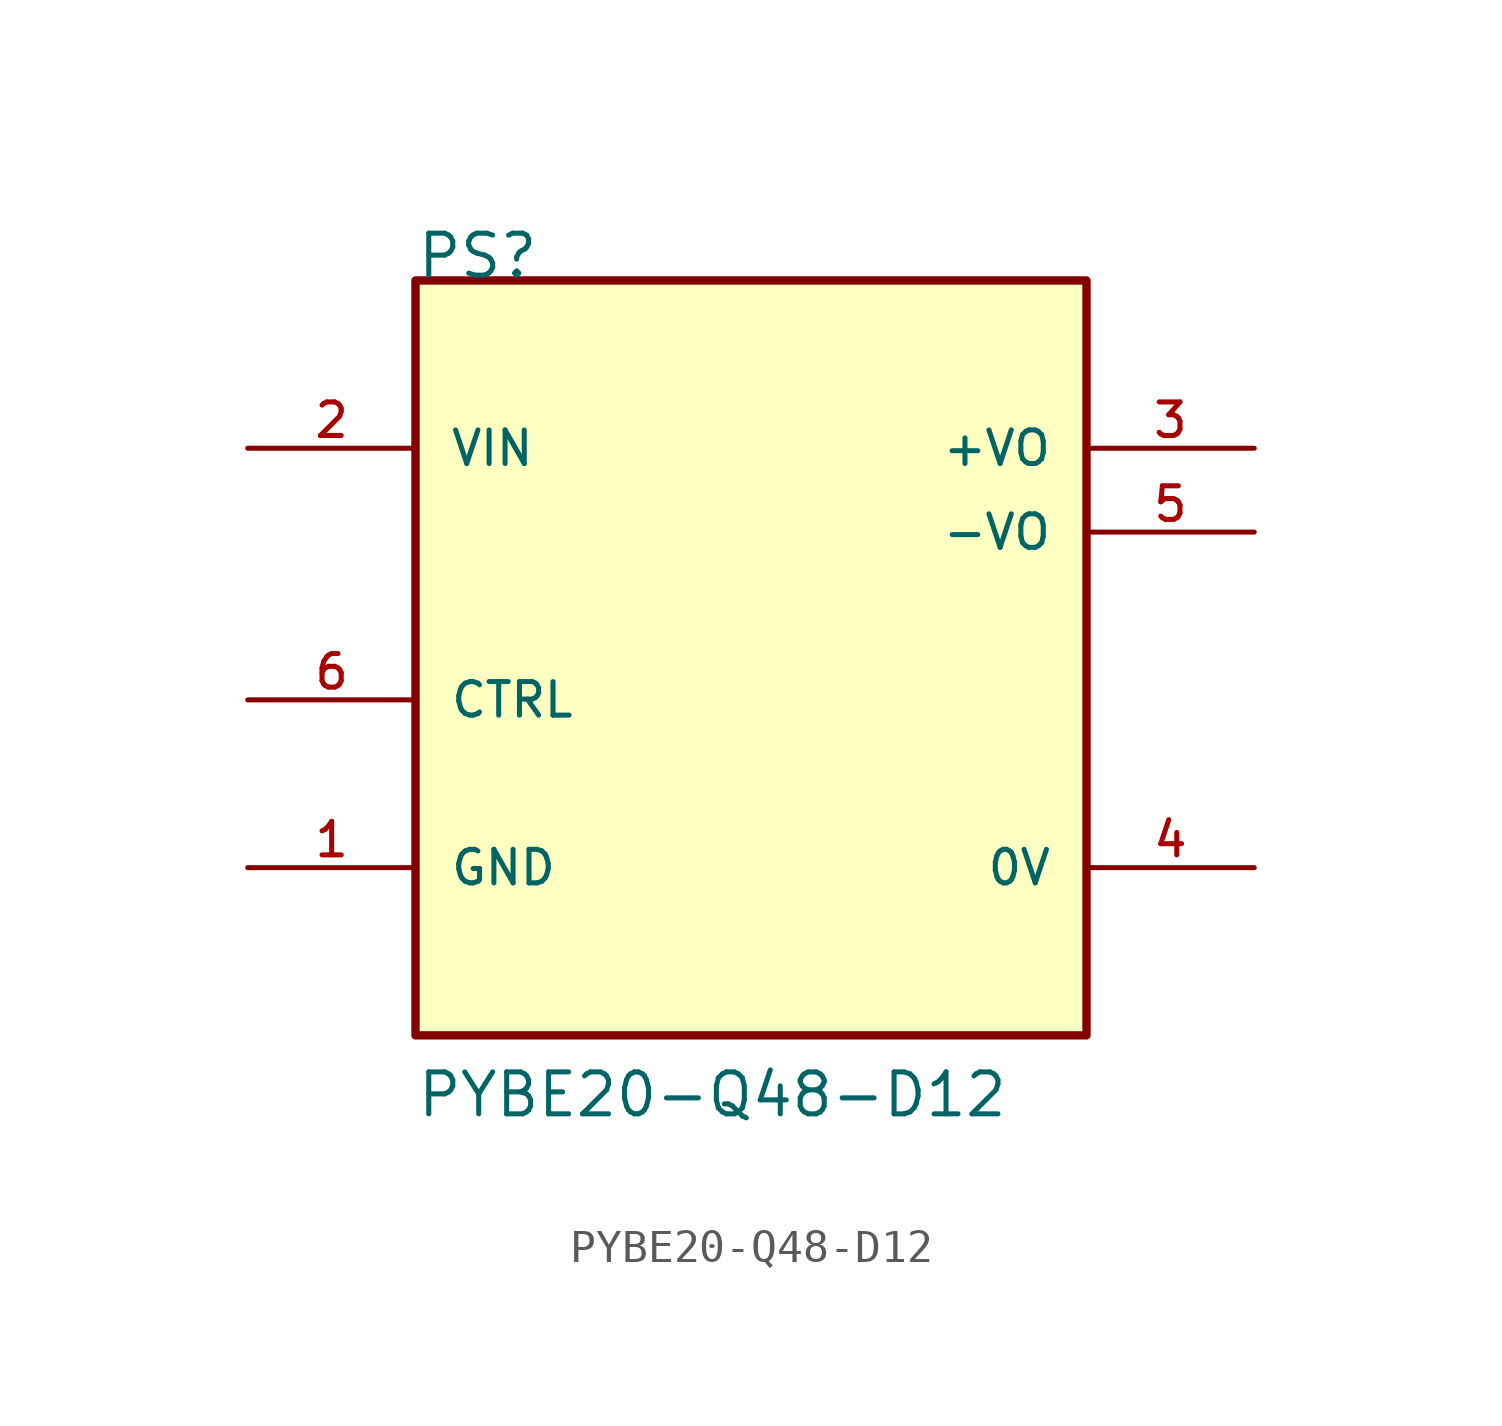
<source format=kicad_sym>
(kicad_symbol_lib
  (version 20211014)
  (generator kicad_symbol_editor)
  (symbol "PYBE20-Q48-D12"
    (pin_names
      (offset 1.016))
    (property "Reference" "PS"
      (at -10.16 10.16 0)
      (effects (font (size 1.27 1.27)) (justify bottom left)))
    (property "Value" "PYBE20-Q48-D12"
      (at -10.16 -15.24 0)
      (effects (font (size 1.27 1.27)) (justify bottom left)))
    (symbol "PYBE20-Q48-D12_0_0"
      (rectangle (start -10.16 -12.7) (end 10.16 10.16) (stroke (width 0.254)) (fill (type background)))
      (pin input line (at -15.24 5.08 0) (length 5.08) (name "VIN" (effects (font (size 1.016 1.016)))) (number "2" (effects (font (size 1.016 1.016)))))
      (pin power_in line (at -15.24 -7.62 0) (length 5.08) (name "GND" (effects (font (size 1.016 1.016)))) (number "1" (effects (font (size 1.016 1.016)))))
      (pin output line (at 15.24 5.08 180.0) (length 5.08) (name "+VO" (effects (font (size 1.016 1.016)))) (number "3" (effects (font (size 1.016 1.016)))))
      (pin power_in line (at 15.24 -7.62 180.0) (length 5.08) (name "0V" (effects (font (size 1.016 1.016)))) (number "4" (effects (font (size 1.016 1.016)))))
      (pin output line (at 15.24 2.54 180.0) (length 5.08) (name "-VO" (effects (font (size 1.016 1.016)))) (number "5" (effects (font (size 1.016 1.016)))))
      (pin input line (at -15.24 -2.54 0) (length 5.08) (name "CTRL" (effects (font (size 1.016 1.016)))) (number "6" (effects (font (size 1.016 1.016))))))))
</source>
